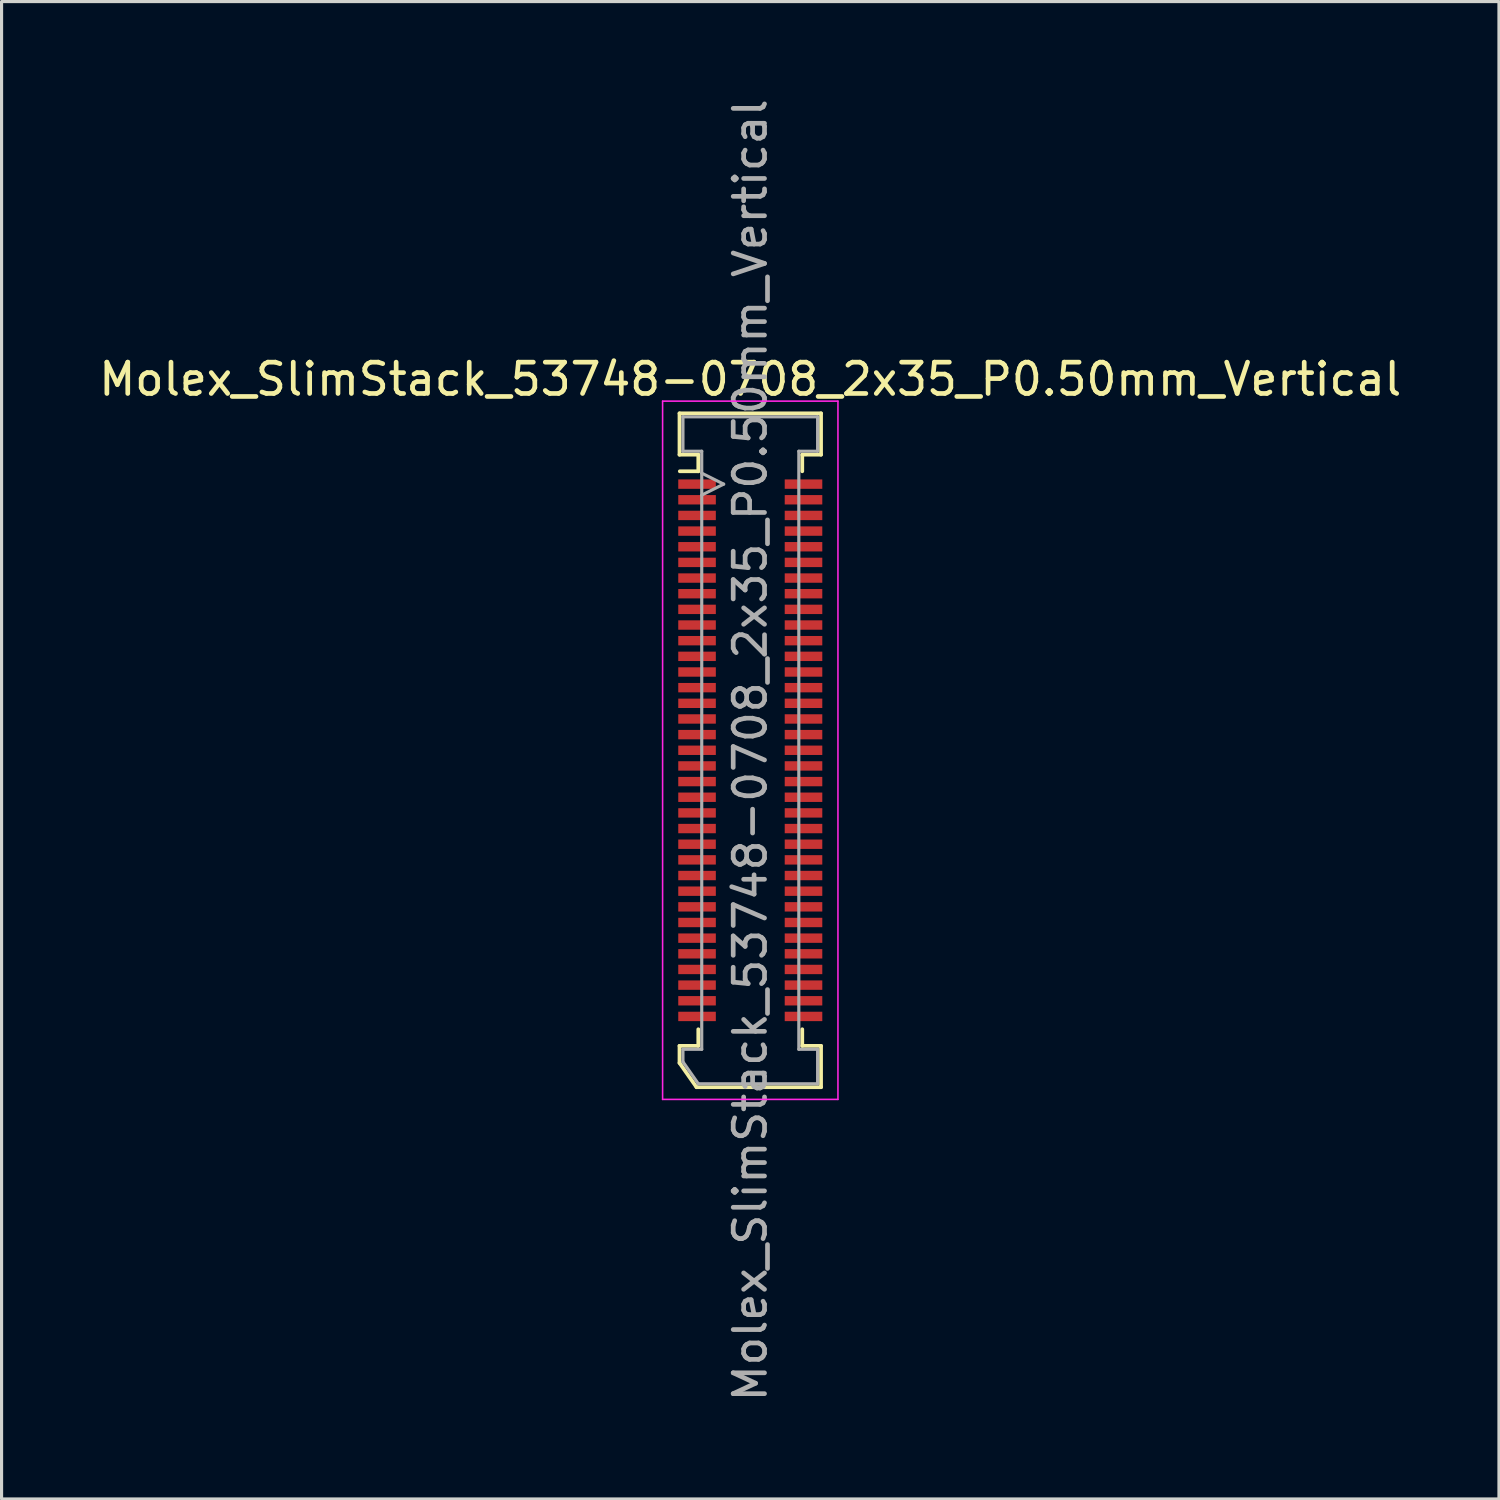
<source format=kicad_pcb>
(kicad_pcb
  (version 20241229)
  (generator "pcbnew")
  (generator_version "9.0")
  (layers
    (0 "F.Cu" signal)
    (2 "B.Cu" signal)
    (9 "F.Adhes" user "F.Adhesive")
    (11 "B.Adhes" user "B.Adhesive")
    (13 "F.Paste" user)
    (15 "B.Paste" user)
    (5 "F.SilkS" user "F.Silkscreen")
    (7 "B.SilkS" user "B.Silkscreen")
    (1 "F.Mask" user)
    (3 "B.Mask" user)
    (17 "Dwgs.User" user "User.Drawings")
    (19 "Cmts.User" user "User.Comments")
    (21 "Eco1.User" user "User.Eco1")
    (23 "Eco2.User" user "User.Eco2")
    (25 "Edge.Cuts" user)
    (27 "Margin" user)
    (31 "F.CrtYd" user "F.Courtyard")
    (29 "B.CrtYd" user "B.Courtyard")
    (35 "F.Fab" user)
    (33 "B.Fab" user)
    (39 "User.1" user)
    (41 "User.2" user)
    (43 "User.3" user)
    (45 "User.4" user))
  (footprint "Molex_SlimStack_53748-0708_2x35_P0.50mm_Vertical"
    (layer "F.Cu")
    (at 20.911 20.911)
    (property "Reference" "Molex_SlimStack_53748-0708_2x35_P0.50mm_Vertical" (at 0 -11.85 0) (layer "F.SilkS") (effects (font (size 1 1) (thickness 0.15))))
    (attr smd)
    (fp_line (start -2.26 -10.76) (end -2.26 -9.44) (stroke (width 0.12) (type solid)) (layer "F.SilkS"))
    (fp_line (start -2.26 -9.44) (end -1.66 -9.44) (stroke (width 0.12) (type solid)) (layer "F.SilkS"))
    (fp_line (start -2.26 9.44) (end -1.66 9.44) (stroke (width 0.12) (type solid)) (layer "F.SilkS"))
    (fp_line (start -2.26 9.985) (end -2.26 9.44) (stroke (width 0.12) (type solid)) (layer "F.SilkS"))
    (fp_line (start -1.717 10.76) (end -2.26 9.985) (stroke (width 0.12) (type solid)) (layer "F.SilkS"))
    (fp_line (start -1.66 -9.44) (end -1.66 -8.91) (stroke (width 0.12) (type solid)) (layer "F.SilkS"))
    (fp_line (start -1.66 -8.91) (end -2.25 -8.91) (stroke (width 0.12) (type solid)) (layer "F.SilkS"))
    (fp_line (start -1.66 9.44) (end -1.66 8.91) (stroke (width 0.12) (type solid)) (layer "F.SilkS"))
    (fp_line (start 1.66 -9.44) (end 2.26 -9.44) (stroke (width 0.12) (type solid)) (layer "F.SilkS"))
    (fp_line (start 1.66 -8.91) (end 1.66 -9.44) (stroke (width 0.12) (type solid)) (layer "F.SilkS"))
    (fp_line (start 1.66 8.91) (end 1.66 9.44) (stroke (width 0.12) (type solid)) (layer "F.SilkS"))
    (fp_line (start 1.66 9.44) (end 2.26 9.44) (stroke (width 0.12) (type solid)) (layer "F.SilkS"))
    (fp_line (start 2.26 -10.76) (end -2.26 -10.76) (stroke (width 0.12) (type solid)) (layer "F.SilkS"))
    (fp_line (start 2.26 -9.44) (end 2.26 -10.76) (stroke (width 0.12) (type solid)) (layer "F.SilkS"))
    (fp_line (start 2.26 9.44) (end 2.26 10.76) (stroke (width 0.12) (type solid)) (layer "F.SilkS"))
    (fp_line (start 2.26 10.76) (end -1.717 10.76) (stroke (width 0.12) (type solid)) (layer "F.SilkS"))
    (fp_line (start -2.8 -11.15) (end -2.8 11.15) (stroke (width 0.05) (type solid)) (layer "F.CrtYd"))
    (fp_line (start -2.8 11.15) (end 2.8 11.15) (stroke (width 0.05) (type solid)) (layer "F.CrtYd"))
    (fp_line (start 2.8 -11.15) (end -2.8 -11.15) (stroke (width 0.05) (type solid)) (layer "F.CrtYd"))
    (fp_line (start 2.8 11.15) (end 2.8 -11.15) (stroke (width 0.05) (type solid)) (layer "F.CrtYd"))
    (fp_line (start -2.15 -10.65) (end -2.15 -9.55) (stroke (width 0.1) (type solid)) (layer "F.Fab"))
    (fp_line (start -2.15 -9.55) (end -1.55 -9.55) (stroke (width 0.1) (type solid)) (layer "F.Fab"))
    (fp_line (start -2.15 9.55) (end -2.15 9.95) (stroke (width 0.1) (type solid)) (layer "F.Fab"))
    (fp_line (start -2.15 9.95) (end -1.66 10.65) (stroke (width 0.1) (type solid)) (layer "F.Fab"))
    (fp_line (start -1.66 10.65) (end 2.15 10.65) (stroke (width 0.1) (type solid)) (layer "F.Fab"))
    (fp_line (start -1.55 -9.55) (end -1.55 9.55) (stroke (width 0.1) (type solid)) (layer "F.Fab"))
    (fp_line (start -1.55 9.55) (end -2.15 9.55) (stroke (width 0.1) (type solid)) (layer "F.Fab"))
    (fp_line (start -0.85 -8.5) (end -1.55 -8.85) (stroke (width 0.1) (type solid)) (layer "F.Fab"))
    (fp_line (start -0.85 -8.5) (end -1.55 -8.15) (stroke (width 0.1) (type solid)) (layer "F.Fab"))
    (fp_line (start 1.55 -9.55) (end 2.15 -9.55) (stroke (width 0.1) (type solid)) (layer "F.Fab"))
    (fp_line (start 1.55 9.55) (end 1.55 -9.55) (stroke (width 0.1) (type solid)) (layer "F.Fab"))
    (fp_line (start 2.15 -10.65) (end -2.15 -10.65) (stroke (width 0.1) (type solid)) (layer "F.Fab"))
    (fp_line (start 2.15 -9.55) (end 2.15 -10.65) (stroke (width 0.1) (type solid)) (layer "F.Fab"))
    (fp_line (start 2.15 9.55) (end 1.55 9.55) (stroke (width 0.1) (type solid)) (layer "F.Fab"))
    (fp_line (start 2.15 10.65) (end 2.15 9.55) (stroke (width 0.1) (type solid)) (layer "F.Fab"))
    (fp_text user "${REFERENCE}" (at 0 0 90) (layer "F.Fab") (effects (font (size 1 1) (thickness 0.15))))
    (pad "1" smd rect (at -1.7 -8.5) (size 1.2 0.3) (layers "F.Cu" "F.Mask" "F.Paste"))
    (pad "2" smd rect (at 1.7 -8.5) (size 1.2 0.3) (layers "F.Cu" "F.Mask" "F.Paste"))
    (pad "3" smd rect (at -1.7 -8) (size 1.2 0.3) (layers "F.Cu" "F.Mask" "F.Paste"))
    (pad "4" smd rect (at 1.7 -8) (size 1.2 0.3) (layers "F.Cu" "F.Mask" "F.Paste"))
    (pad "5" smd rect (at -1.7 -7.5) (size 1.2 0.3) (layers "F.Cu" "F.Mask" "F.Paste"))
    (pad "6" smd rect (at 1.7 -7.5) (size 1.2 0.3) (layers "F.Cu" "F.Mask" "F.Paste"))
    (pad "7" smd rect (at -1.7 -7) (size 1.2 0.3) (layers "F.Cu" "F.Mask" "F.Paste"))
    (pad "8" smd rect (at 1.7 -7) (size 1.2 0.3) (layers "F.Cu" "F.Mask" "F.Paste"))
    (pad "9" smd rect (at -1.7 -6.5) (size 1.2 0.3) (layers "F.Cu" "F.Mask" "F.Paste"))
    (pad "10" smd rect (at 1.7 -6.5) (size 1.2 0.3) (layers "F.Cu" "F.Mask" "F.Paste"))
    (pad "11" smd rect (at -1.7 -6) (size 1.2 0.3) (layers "F.Cu" "F.Mask" "F.Paste"))
    (pad "12" smd rect (at 1.7 -6) (size 1.2 0.3) (layers "F.Cu" "F.Mask" "F.Paste"))
    (pad "13" smd rect (at -1.7 -5.5) (size 1.2 0.3) (layers "F.Cu" "F.Mask" "F.Paste"))
    (pad "14" smd rect (at 1.7 -5.5) (size 1.2 0.3) (layers "F.Cu" "F.Mask" "F.Paste"))
    (pad "15" smd rect (at -1.7 -5) (size 1.2 0.3) (layers "F.Cu" "F.Mask" "F.Paste"))
    (pad "16" smd rect (at 1.7 -5) (size 1.2 0.3) (layers "F.Cu" "F.Mask" "F.Paste"))
    (pad "17" smd rect (at -1.7 -4.5) (size 1.2 0.3) (layers "F.Cu" "F.Mask" "F.Paste"))
    (pad "18" smd rect (at 1.7 -4.5) (size 1.2 0.3) (layers "F.Cu" "F.Mask" "F.Paste"))
    (pad "19" smd rect (at -1.7 -4) (size 1.2 0.3) (layers "F.Cu" "F.Mask" "F.Paste"))
    (pad "20" smd rect (at 1.7 -4) (size 1.2 0.3) (layers "F.Cu" "F.Mask" "F.Paste"))
    (pad "21" smd rect (at -1.7 -3.5) (size 1.2 0.3) (layers "F.Cu" "F.Mask" "F.Paste"))
    (pad "22" smd rect (at 1.7 -3.5) (size 1.2 0.3) (layers "F.Cu" "F.Mask" "F.Paste"))
    (pad "23" smd rect (at -1.7 -3) (size 1.2 0.3) (layers "F.Cu" "F.Mask" "F.Paste"))
    (pad "24" smd rect (at 1.7 -3) (size 1.2 0.3) (layers "F.Cu" "F.Mask" "F.Paste"))
    (pad "25" smd rect (at -1.7 -2.5) (size 1.2 0.3) (layers "F.Cu" "F.Mask" "F.Paste"))
    (pad "26" smd rect (at 1.7 -2.5) (size 1.2 0.3) (layers "F.Cu" "F.Mask" "F.Paste"))
    (pad "27" smd rect (at -1.7 -2) (size 1.2 0.3) (layers "F.Cu" "F.Mask" "F.Paste"))
    (pad "28" smd rect (at 1.7 -2) (size 1.2 0.3) (layers "F.Cu" "F.Mask" "F.Paste"))
    (pad "29" smd rect (at -1.7 -1.5) (size 1.2 0.3) (layers "F.Cu" "F.Mask" "F.Paste"))
    (pad "30" smd rect (at 1.7 -1.5) (size 1.2 0.3) (layers "F.Cu" "F.Mask" "F.Paste"))
    (pad "31" smd rect (at -1.7 -1) (size 1.2 0.3) (layers "F.Cu" "F.Mask" "F.Paste"))
    (pad "32" smd rect (at 1.7 -1) (size 1.2 0.3) (layers "F.Cu" "F.Mask" "F.Paste"))
    (pad "33" smd rect (at -1.7 -0.5) (size 1.2 0.3) (layers "F.Cu" "F.Mask" "F.Paste"))
    (pad "34" smd rect (at 1.7 -0.5) (size 1.2 0.3) (layers "F.Cu" "F.Mask" "F.Paste"))
    (pad "35" smd rect (at -1.7 0) (size 1.2 0.3) (layers "F.Cu" "F.Mask" "F.Paste"))
    (pad "36" smd rect (at 1.7 0) (size 1.2 0.3) (layers "F.Cu" "F.Mask" "F.Paste"))
    (pad "37" smd rect (at -1.7 0.5) (size 1.2 0.3) (layers "F.Cu" "F.Mask" "F.Paste"))
    (pad "38" smd rect (at 1.7 0.5) (size 1.2 0.3) (layers "F.Cu" "F.Mask" "F.Paste"))
    (pad "39" smd rect (at -1.7 1) (size 1.2 0.3) (layers "F.Cu" "F.Mask" "F.Paste"))
    (pad "40" smd rect (at 1.7 1) (size 1.2 0.3) (layers "F.Cu" "F.Mask" "F.Paste"))
    (pad "41" smd rect (at -1.7 1.5) (size 1.2 0.3) (layers "F.Cu" "F.Mask" "F.Paste"))
    (pad "42" smd rect (at 1.7 1.5) (size 1.2 0.3) (layers "F.Cu" "F.Mask" "F.Paste"))
    (pad "43" smd rect (at -1.7 2) (size 1.2 0.3) (layers "F.Cu" "F.Mask" "F.Paste"))
    (pad "44" smd rect (at 1.7 2) (size 1.2 0.3) (layers "F.Cu" "F.Mask" "F.Paste"))
    (pad "45" smd rect (at -1.7 2.5) (size 1.2 0.3) (layers "F.Cu" "F.Mask" "F.Paste"))
    (pad "46" smd rect (at 1.7 2.5) (size 1.2 0.3) (layers "F.Cu" "F.Mask" "F.Paste"))
    (pad "47" smd rect (at -1.7 3) (size 1.2 0.3) (layers "F.Cu" "F.Mask" "F.Paste"))
    (pad "48" smd rect (at 1.7 3) (size 1.2 0.3) (layers "F.Cu" "F.Mask" "F.Paste"))
    (pad "49" smd rect (at -1.7 3.5) (size 1.2 0.3) (layers "F.Cu" "F.Mask" "F.Paste"))
    (pad "50" smd rect (at 1.7 3.5) (size 1.2 0.3) (layers "F.Cu" "F.Mask" "F.Paste"))
    (pad "51" smd rect (at -1.7 4) (size 1.2 0.3) (layers "F.Cu" "F.Mask" "F.Paste"))
    (pad "52" smd rect (at 1.7 4) (size 1.2 0.3) (layers "F.Cu" "F.Mask" "F.Paste"))
    (pad "53" smd rect (at -1.7 4.5) (size 1.2 0.3) (layers "F.Cu" "F.Mask" "F.Paste"))
    (pad "54" smd rect (at 1.7 4.5) (size 1.2 0.3) (layers "F.Cu" "F.Mask" "F.Paste"))
    (pad "55" smd rect (at -1.7 5) (size 1.2 0.3) (layers "F.Cu" "F.Mask" "F.Paste"))
    (pad "56" smd rect (at 1.7 5) (size 1.2 0.3) (layers "F.Cu" "F.Mask" "F.Paste"))
    (pad "57" smd rect (at -1.7 5.5) (size 1.2 0.3) (layers "F.Cu" "F.Mask" "F.Paste"))
    (pad "58" smd rect (at 1.7 5.5) (size 1.2 0.3) (layers "F.Cu" "F.Mask" "F.Paste"))
    (pad "59" smd rect (at -1.7 6) (size 1.2 0.3) (layers "F.Cu" "F.Mask" "F.Paste"))
    (pad "60" smd rect (at 1.7 6) (size 1.2 0.3) (layers "F.Cu" "F.Mask" "F.Paste"))
    (pad "61" smd rect (at -1.7 6.5) (size 1.2 0.3) (layers "F.Cu" "F.Mask" "F.Paste"))
    (pad "62" smd rect (at 1.7 6.5) (size 1.2 0.3) (layers "F.Cu" "F.Mask" "F.Paste"))
    (pad "63" smd rect (at -1.7 7) (size 1.2 0.3) (layers "F.Cu" "F.Mask" "F.Paste"))
    (pad "64" smd rect (at 1.7 7) (size 1.2 0.3) (layers "F.Cu" "F.Mask" "F.Paste"))
    (pad "65" smd rect (at -1.7 7.5) (size 1.2 0.3) (layers "F.Cu" "F.Mask" "F.Paste"))
    (pad "66" smd rect (at 1.7 7.5) (size 1.2 0.3) (layers "F.Cu" "F.Mask" "F.Paste"))
    (pad "67" smd rect (at -1.7 8) (size 1.2 0.3) (layers "F.Cu" "F.Mask" "F.Paste"))
    (pad "68" smd rect (at 1.7 8) (size 1.2 0.3) (layers "F.Cu" "F.Mask" "F.Paste"))
    (pad "69" smd rect (at -1.7 8.5) (size 1.2 0.3) (layers "F.Cu" "F.Mask" "F.Paste"))
    (pad "70" smd rect (at 1.7 8.5) (size 1.2 0.3) (layers "F.Cu" "F.Mask" "F.Paste")))
  (gr_rect
    (start -3 -3)
    (end 44.821 44.821)
    (stroke (width 0.1) (type default))
    (fill no)
    (layer "Edge.Cuts")))
</source>
